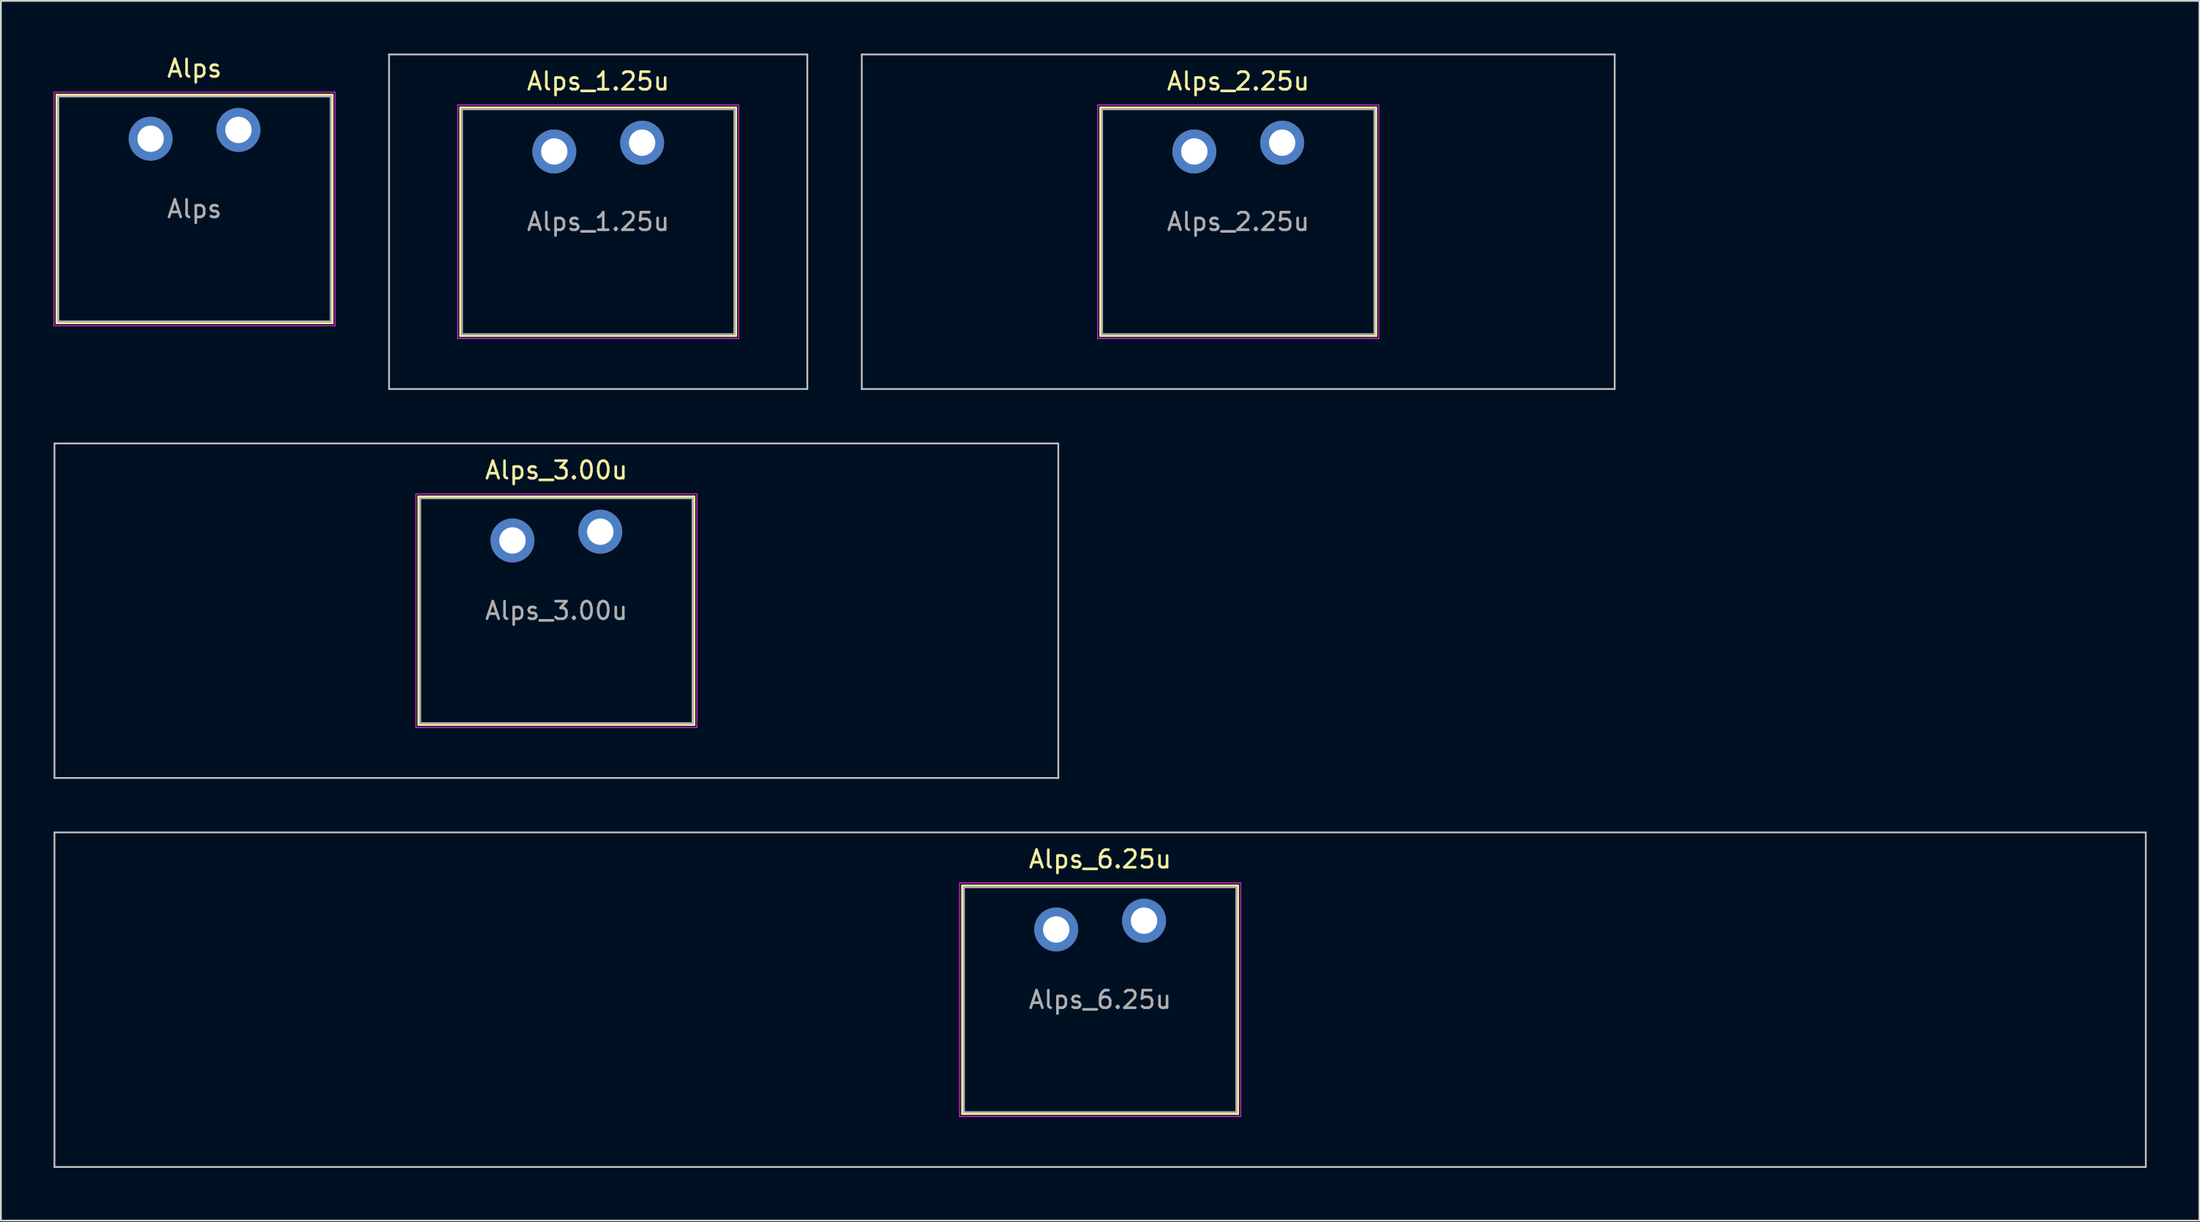
<source format=kicad_pcb>
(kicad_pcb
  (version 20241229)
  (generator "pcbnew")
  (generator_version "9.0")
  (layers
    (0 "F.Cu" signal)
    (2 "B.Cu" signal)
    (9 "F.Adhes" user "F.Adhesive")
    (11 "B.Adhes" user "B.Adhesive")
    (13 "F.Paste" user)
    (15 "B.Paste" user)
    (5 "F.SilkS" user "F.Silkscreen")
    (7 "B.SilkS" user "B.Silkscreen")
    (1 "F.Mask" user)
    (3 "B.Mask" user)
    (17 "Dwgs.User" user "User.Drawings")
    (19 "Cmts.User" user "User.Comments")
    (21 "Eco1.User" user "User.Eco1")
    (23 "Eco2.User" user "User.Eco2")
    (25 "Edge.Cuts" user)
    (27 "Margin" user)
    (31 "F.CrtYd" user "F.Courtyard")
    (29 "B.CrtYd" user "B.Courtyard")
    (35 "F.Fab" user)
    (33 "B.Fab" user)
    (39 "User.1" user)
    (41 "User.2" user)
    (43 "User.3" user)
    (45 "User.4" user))
  (footprint "Alps_2.25u"
    (layer "F.Cu")
    (at 67.444 9.575)
    (property "Reference" "Alps_2.25u" (at 0 -8 0) (layer "F.SilkS") (effects (font (size 1 1) (thickness 0.15))))
    (attr through_hole)
    (fp_line (start -7.85 -6.5) (end -7.85 6.5) (stroke (width 0.12) (type solid)) (layer "F.SilkS"))
    (fp_line (start -7.85 6.5) (end 7.85 6.5) (stroke (width 0.12) (type solid)) (layer "F.SilkS"))
    (fp_line (start 7.85 -6.5) (end -7.85 -6.5) (stroke (width 0.12) (type solid)) (layer "F.SilkS"))
    (fp_line (start 7.85 6.5) (end 7.85 -6.5) (stroke (width 0.12) (type solid)) (layer "F.SilkS"))
    (fp_line (start -21.431 -9.525) (end -21.431 9.525) (stroke (width 0.1) (type solid)) (layer "Dwgs.User"))
    (fp_line (start -21.431 9.525) (end 21.431 9.525) (stroke (width 0.1) (type solid)) (layer "Dwgs.User"))
    (fp_line (start 21.431 -9.525) (end -21.431 -9.525) (stroke (width 0.1) (type solid)) (layer "Dwgs.User"))
    (fp_line (start 21.431 9.525) (end 21.431 -9.525) (stroke (width 0.1) (type solid)) (layer "Dwgs.User"))
    (fp_line (start -7.75 -6.4) (end -7.75 6.4) (stroke (width 0.1) (type solid)) (layer "Eco1.User"))
    (fp_line (start -7.75 6.4) (end 7.75 6.4) (stroke (width 0.1) (type solid)) (layer "Eco1.User"))
    (fp_line (start 7.75 -6.4) (end -7.75 -6.4) (stroke (width 0.1) (type solid)) (layer "Eco1.User"))
    (fp_line (start 7.75 6.4) (end 7.75 -6.4) (stroke (width 0.1) (type solid)) (layer "Eco1.User"))
    (fp_line (start -8 -6.65) (end -8 6.65) (stroke (width 0.05) (type solid)) (layer "F.CrtYd"))
    (fp_line (start -8 6.65) (end 8 6.65) (stroke (width 0.05) (type solid)) (layer "F.CrtYd"))
    (fp_line (start 8 -6.65) (end -8 -6.65) (stroke (width 0.05) (type solid)) (layer "F.CrtYd"))
    (fp_line (start 8 6.65) (end 8 -6.65) (stroke (width 0.05) (type solid)) (layer "F.CrtYd"))
    (fp_line (start -7.75 -6.4) (end -7.75 6.4) (stroke (width 0.1) (type solid)) (layer "F.Fab"))
    (fp_line (start -7.75 6.4) (end 7.75 6.4) (stroke (width 0.1) (type solid)) (layer "F.Fab"))
    (fp_line (start 7.75 -6.4) (end -7.75 -6.4) (stroke (width 0.1) (type solid)) (layer "F.Fab"))
    (fp_line (start 7.75 6.4) (end 7.75 -6.4) (stroke (width 0.1) (type solid)) (layer "F.Fab"))
    (fp_text user "${REFERENCE}" (at 0 0 0) (layer "F.Fab") (effects (font (size 1 1) (thickness 0.15))))
    (pad "1" thru_hole circle (at -2.5 -4) (size 2.5 2.5) (drill 1.5) (layers "*.Cu" "*.Mask"))
    (pad "2" thru_hole circle (at 2.5 -4.5) (size 2.5 2.5) (drill 1.5) (layers "*.Cu" "*.Mask")))
  (footprint "Alps_1.25u"
    (layer "F.Cu")
    (at 31.006 9.575)
    (property "Reference" "Alps_1.25u" (at 0 -8 0) (layer "F.SilkS") (effects (font (size 1 1) (thickness 0.15))))
    (attr through_hole)
    (fp_line (start -7.85 -6.5) (end -7.85 6.5) (stroke (width 0.12) (type solid)) (layer "F.SilkS"))
    (fp_line (start -7.85 6.5) (end 7.85 6.5) (stroke (width 0.12) (type solid)) (layer "F.SilkS"))
    (fp_line (start 7.85 -6.5) (end -7.85 -6.5) (stroke (width 0.12) (type solid)) (layer "F.SilkS"))
    (fp_line (start 7.85 6.5) (end 7.85 -6.5) (stroke (width 0.12) (type solid)) (layer "F.SilkS"))
    (fp_line (start -11.906 -9.525) (end -11.906 9.525) (stroke (width 0.1) (type solid)) (layer "Dwgs.User"))
    (fp_line (start -11.906 9.525) (end 11.906 9.525) (stroke (width 0.1) (type solid)) (layer "Dwgs.User"))
    (fp_line (start 11.906 -9.525) (end -11.906 -9.525) (stroke (width 0.1) (type solid)) (layer "Dwgs.User"))
    (fp_line (start 11.906 9.525) (end 11.906 -9.525) (stroke (width 0.1) (type solid)) (layer "Dwgs.User"))
    (fp_line (start -7.75 -6.4) (end -7.75 6.4) (stroke (width 0.1) (type solid)) (layer "Eco1.User"))
    (fp_line (start -7.75 6.4) (end 7.75 6.4) (stroke (width 0.1) (type solid)) (layer "Eco1.User"))
    (fp_line (start 7.75 -6.4) (end -7.75 -6.4) (stroke (width 0.1) (type solid)) (layer "Eco1.User"))
    (fp_line (start 7.75 6.4) (end 7.75 -6.4) (stroke (width 0.1) (type solid)) (layer "Eco1.User"))
    (fp_line (start -8 -6.65) (end -8 6.65) (stroke (width 0.05) (type solid)) (layer "F.CrtYd"))
    (fp_line (start -8 6.65) (end 8 6.65) (stroke (width 0.05) (type solid)) (layer "F.CrtYd"))
    (fp_line (start 8 -6.65) (end -8 -6.65) (stroke (width 0.05) (type solid)) (layer "F.CrtYd"))
    (fp_line (start 8 6.65) (end 8 -6.65) (stroke (width 0.05) (type solid)) (layer "F.CrtYd"))
    (fp_line (start -7.75 -6.4) (end -7.75 6.4) (stroke (width 0.1) (type solid)) (layer "F.Fab"))
    (fp_line (start -7.75 6.4) (end 7.75 6.4) (stroke (width 0.1) (type solid)) (layer "F.Fab"))
    (fp_line (start 7.75 -6.4) (end -7.75 -6.4) (stroke (width 0.1) (type solid)) (layer "F.Fab"))
    (fp_line (start 7.75 6.4) (end 7.75 -6.4) (stroke (width 0.1) (type solid)) (layer "F.Fab"))
    (fp_text user "${REFERENCE}" (at 0 0 0) (layer "F.Fab") (effects (font (size 1 1) (thickness 0.15))))
    (pad "1" thru_hole circle (at -2.5 -4) (size 2.5 2.5) (drill 1.5) (layers "*.Cu" "*.Mask"))
    (pad "2" thru_hole circle (at 2.5 -4.5) (size 2.5 2.5) (drill 1.5) (layers "*.Cu" "*.Mask")))
  (footprint "Alps_6.25u"
    (layer "F.Cu")
    (at 59.581 53.875)
    (property "Reference" "Alps_6.25u" (at 0 -8 0) (layer "F.SilkS") (effects (font (size 1 1) (thickness 0.15))))
    (attr through_hole)
    (fp_line (start -7.85 -6.5) (end -7.85 6.5) (stroke (width 0.12) (type solid)) (layer "F.SilkS"))
    (fp_line (start -7.85 6.5) (end 7.85 6.5) (stroke (width 0.12) (type solid)) (layer "F.SilkS"))
    (fp_line (start 7.85 -6.5) (end -7.85 -6.5) (stroke (width 0.12) (type solid)) (layer "F.SilkS"))
    (fp_line (start 7.85 6.5) (end 7.85 -6.5) (stroke (width 0.12) (type solid)) (layer "F.SilkS"))
    (fp_line (start -59.531 -9.525) (end -59.531 9.525) (stroke (width 0.1) (type solid)) (layer "Dwgs.User"))
    (fp_line (start -59.531 9.525) (end 59.531 9.525) (stroke (width 0.1) (type solid)) (layer "Dwgs.User"))
    (fp_line (start 59.531 -9.525) (end -59.531 -9.525) (stroke (width 0.1) (type solid)) (layer "Dwgs.User"))
    (fp_line (start 59.531 9.525) (end 59.531 -9.525) (stroke (width 0.1) (type solid)) (layer "Dwgs.User"))
    (fp_line (start -7.75 -6.4) (end -7.75 6.4) (stroke (width 0.1) (type solid)) (layer "Eco1.User"))
    (fp_line (start -7.75 6.4) (end 7.75 6.4) (stroke (width 0.1) (type solid)) (layer "Eco1.User"))
    (fp_line (start 7.75 -6.4) (end -7.75 -6.4) (stroke (width 0.1) (type solid)) (layer "Eco1.User"))
    (fp_line (start 7.75 6.4) (end 7.75 -6.4) (stroke (width 0.1) (type solid)) (layer "Eco1.User"))
    (fp_line (start -8 -6.65) (end -8 6.65) (stroke (width 0.05) (type solid)) (layer "F.CrtYd"))
    (fp_line (start -8 6.65) (end 8 6.65) (stroke (width 0.05) (type solid)) (layer "F.CrtYd"))
    (fp_line (start 8 -6.65) (end -8 -6.65) (stroke (width 0.05) (type solid)) (layer "F.CrtYd"))
    (fp_line (start 8 6.65) (end 8 -6.65) (stroke (width 0.05) (type solid)) (layer "F.CrtYd"))
    (fp_line (start -7.75 -6.4) (end -7.75 6.4) (stroke (width 0.1) (type solid)) (layer "F.Fab"))
    (fp_line (start -7.75 6.4) (end 7.75 6.4) (stroke (width 0.1) (type solid)) (layer "F.Fab"))
    (fp_line (start 7.75 -6.4) (end -7.75 -6.4) (stroke (width 0.1) (type solid)) (layer "F.Fab"))
    (fp_line (start 7.75 6.4) (end 7.75 -6.4) (stroke (width 0.1) (type solid)) (layer "F.Fab"))
    (fp_text user "${REFERENCE}" (at 0 0 0) (layer "F.Fab") (effects (font (size 1 1) (thickness 0.15))))
    (pad "1" thru_hole circle (at -2.5 -4) (size 2.5 2.5) (drill 1.5) (layers "*.Cu" "*.Mask"))
    (pad "2" thru_hole circle (at 2.5 -4.5) (size 2.5 2.5) (drill 1.5) (layers "*.Cu" "*.Mask")))
  (footprint "Alps_3.00u"
    (layer "F.Cu")
    (at 28.625 31.725)
    (property "Reference" "Alps_3.00u" (at 0 -8 0) (layer "F.SilkS") (effects (font (size 1 1) (thickness 0.15))))
    (attr through_hole)
    (fp_line (start -7.85 -6.5) (end -7.85 6.5) (stroke (width 0.12) (type solid)) (layer "F.SilkS"))
    (fp_line (start -7.85 6.5) (end 7.85 6.5) (stroke (width 0.12) (type solid)) (layer "F.SilkS"))
    (fp_line (start 7.85 -6.5) (end -7.85 -6.5) (stroke (width 0.12) (type solid)) (layer "F.SilkS"))
    (fp_line (start 7.85 6.5) (end 7.85 -6.5) (stroke (width 0.12) (type solid)) (layer "F.SilkS"))
    (fp_line (start -28.575 -9.525) (end -28.575 9.525) (stroke (width 0.1) (type solid)) (layer "Dwgs.User"))
    (fp_line (start -28.575 9.525) (end 28.575 9.525) (stroke (width 0.1) (type solid)) (layer "Dwgs.User"))
    (fp_line (start 28.575 -9.525) (end -28.575 -9.525) (stroke (width 0.1) (type solid)) (layer "Dwgs.User"))
    (fp_line (start 28.575 9.525) (end 28.575 -9.525) (stroke (width 0.1) (type solid)) (layer "Dwgs.User"))
    (fp_line (start -7.75 -6.4) (end -7.75 6.4) (stroke (width 0.1) (type solid)) (layer "Eco1.User"))
    (fp_line (start -7.75 6.4) (end 7.75 6.4) (stroke (width 0.1) (type solid)) (layer "Eco1.User"))
    (fp_line (start 7.75 -6.4) (end -7.75 -6.4) (stroke (width 0.1) (type solid)) (layer "Eco1.User"))
    (fp_line (start 7.75 6.4) (end 7.75 -6.4) (stroke (width 0.1) (type solid)) (layer "Eco1.User"))
    (fp_line (start -8 -6.65) (end -8 6.65) (stroke (width 0.05) (type solid)) (layer "F.CrtYd"))
    (fp_line (start -8 6.65) (end 8 6.65) (stroke (width 0.05) (type solid)) (layer "F.CrtYd"))
    (fp_line (start 8 -6.65) (end -8 -6.65) (stroke (width 0.05) (type solid)) (layer "F.CrtYd"))
    (fp_line (start 8 6.65) (end 8 -6.65) (stroke (width 0.05) (type solid)) (layer "F.CrtYd"))
    (fp_line (start -7.75 -6.4) (end -7.75 6.4) (stroke (width 0.1) (type solid)) (layer "F.Fab"))
    (fp_line (start -7.75 6.4) (end 7.75 6.4) (stroke (width 0.1) (type solid)) (layer "F.Fab"))
    (fp_line (start 7.75 -6.4) (end -7.75 -6.4) (stroke (width 0.1) (type solid)) (layer "F.Fab"))
    (fp_line (start 7.75 6.4) (end 7.75 -6.4) (stroke (width 0.1) (type solid)) (layer "F.Fab"))
    (fp_text user "${REFERENCE}" (at 0 0 0) (layer "F.Fab") (effects (font (size 1 1) (thickness 0.15))))
    (pad "1" thru_hole circle (at -2.5 -4) (size 2.5 2.5) (drill 1.5) (layers "*.Cu" "*.Mask"))
    (pad "2" thru_hole circle (at 2.5 -4.5) (size 2.5 2.5) (drill 1.5) (layers "*.Cu" "*.Mask")))
  (footprint "Alps"
    (layer "F.Cu")
    (at 8.025 8.848)
    (property "Reference" "Alps" (at 0 -8 0) (layer "F.SilkS") (effects (font (size 1 1) (thickness 0.15))))
    (attr through_hole)
    (fp_line (start -7.85 -6.5) (end -7.85 6.5) (stroke (width 0.12) (type solid)) (layer "F.SilkS"))
    (fp_line (start -7.85 6.5) (end 7.85 6.5) (stroke (width 0.12) (type solid)) (layer "F.SilkS"))
    (fp_line (start 7.85 -6.5) (end -7.85 -6.5) (stroke (width 0.12) (type solid)) (layer "F.SilkS"))
    (fp_line (start 7.85 6.5) (end 7.85 -6.5) (stroke (width 0.12) (type solid)) (layer "F.SilkS"))
    (fp_line (start -7.75 -6.4) (end -7.75 6.4) (stroke (width 0.1) (type solid)) (layer "Eco1.User"))
    (fp_line (start -7.75 6.4) (end 7.75 6.4) (stroke (width 0.1) (type solid)) (layer "Eco1.User"))
    (fp_line (start 7.75 -6.4) (end -7.75 -6.4) (stroke (width 0.1) (type solid)) (layer "Eco1.User"))
    (fp_line (start 7.75 6.4) (end 7.75 -6.4) (stroke (width 0.1) (type solid)) (layer "Eco1.User"))
    (fp_line (start -8 -6.65) (end -8 6.65) (stroke (width 0.05) (type solid)) (layer "F.CrtYd"))
    (fp_line (start -8 6.65) (end 8 6.65) (stroke (width 0.05) (type solid)) (layer "F.CrtYd"))
    (fp_line (start 8 -6.65) (end -8 -6.65) (stroke (width 0.05) (type solid)) (layer "F.CrtYd"))
    (fp_line (start 8 6.65) (end 8 -6.65) (stroke (width 0.05) (type solid)) (layer "F.CrtYd"))
    (fp_line (start -7.75 -6.4) (end -7.75 6.4) (stroke (width 0.1) (type solid)) (layer "F.Fab"))
    (fp_line (start -7.75 6.4) (end 7.75 6.4) (stroke (width 0.1) (type solid)) (layer "F.Fab"))
    (fp_line (start 7.75 -6.4) (end -7.75 -6.4) (stroke (width 0.1) (type solid)) (layer "F.Fab"))
    (fp_line (start 7.75 6.4) (end 7.75 -6.4) (stroke (width 0.1) (type solid)) (layer "F.Fab"))
    (fp_text user "${REFERENCE}" (at 0 0 0) (layer "F.Fab") (effects (font (size 1 1) (thickness 0.15))))
    (pad "1" thru_hole circle (at -2.5 -4) (size 2.5 2.5) (drill 1.5) (layers "*.Cu" "*.Mask"))
    (pad "2" thru_hole circle (at 2.5 -4.5) (size 2.5 2.5) (drill 1.5) (layers "*.Cu" "*.Mask")))
  (gr_rect
    (start -3 -3)
    (end 122.162 66.45)
    (stroke (width 0.1) (type default))
    (fill no)
    (layer "Edge.Cuts")))
</source>
